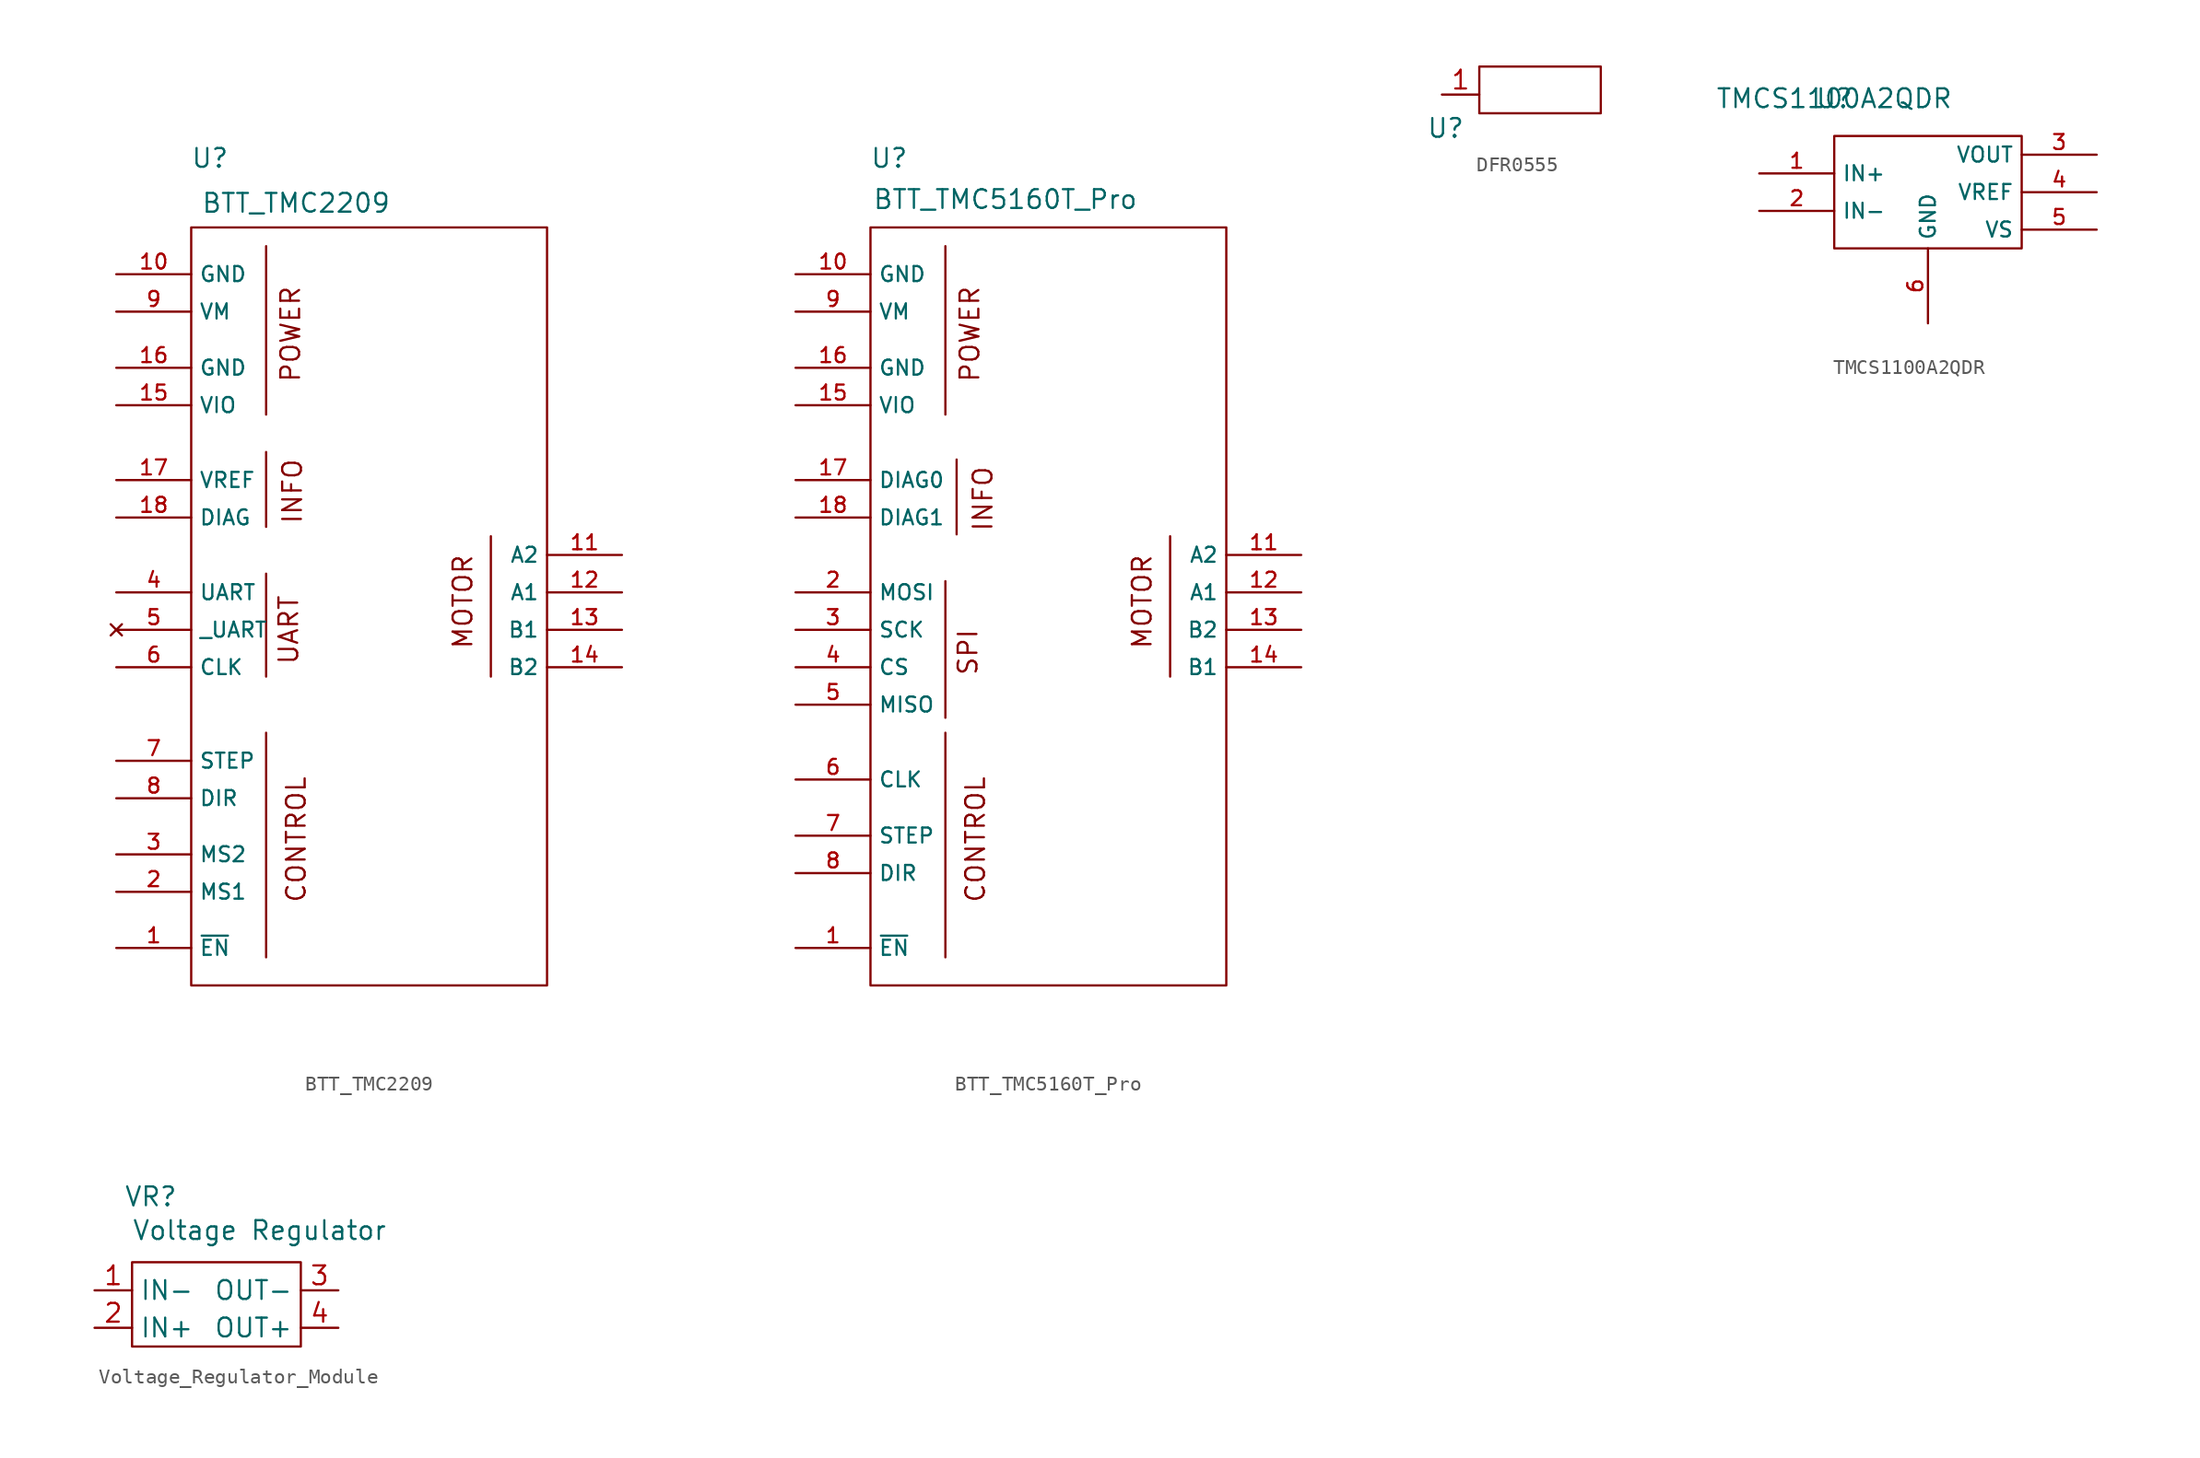
<source format=kicad_sym>
(kicad_symbol_lib
  (version 20241209)
  (generator "kicad_symbol_editor")
  (generator_version "9.0")
  (symbol "BTT_TMC2209"
    (property "Reference" "U"
      (at 1.27 56.134 0)
      (effects (font (size 1.27 1.27))))
    (property "Value" "BTT_TMC2209"
      (at 7.112 53.086 0)
      (effects (font (size 1.27 1.27))))
    (symbol "BTT_TMC2209_0_1"
      (rectangle (start 0 51.435) (end 24.13 0) (stroke (width 0) (type default)) (fill (type none)))
      (polyline (pts (xy 5.08 50.165) (xy 5.08 38.735)) (stroke (width 0) (type default)) (fill (type none)))
      (polyline (pts (xy 5.08 36.195) (xy 5.08 31.115)) (stroke (width 0) (type default)) (fill (type none)))
      (polyline (pts (xy 5.08 27.94) (xy 5.08 20.955)) (stroke (width 0) (type default)) (fill (type none)))
      (polyline (pts (xy 5.08 17.145) (xy 5.08 1.905)) (stroke (width 0) (type default)) (fill (type none)))
      (polyline (pts (xy 20.32 30.48) (xy 20.32 20.955)) (stroke (width 0) (type default)) (fill (type none))))
    (symbol "BTT_TMC2209_1_0"
      (pin power_in line (at -5.08 48.26 0) (length 5.08) (name "GND" (effects (font (size 1.016 1.016)))) (number "10" (effects (font (size 1.016 1.016)))))
      (pin power_in line (at -5.08 45.72 0) (length 5.08) (name "VM" (effects (font (size 1.016 1.016)))) (number "9" (effects (font (size 1.016 1.016)))))
      (pin power_in line (at -5.08 41.91 0) (length 5.08) (name "GND" (effects (font (size 1.016 1.016)))) (number "16" (effects (font (size 1.016 1.016)))))
      (pin power_in line (at -5.08 39.37 0) (length 5.08) (name "VIO" (effects (font (size 1.016 1.016)))) (number "15" (effects (font (size 1.016 1.016)))))
      (pin output line (at -5.08 34.29 0) (length 5.08) (name "VREF" (effects (font (size 1.016 1.016)))) (number "17" (effects (font (size 1.016 1.016)))))
      (pin output line (at -5.08 31.75 0) (length 5.08) (name "DIAG" (effects (font (size 1.016 1.016)))) (number "18" (effects (font (size 1.016 1.016)))))
      (pin bidirectional line (at -5.08 26.67 0) (length 5.08) (name "UART" (effects (font (size 1.016 1.016)))) (number "4" (effects (font (size 1.016 1.016)))))
      (pin no_connect line (at -5.08 24.13 0) (length 5.08) (name "_UART" (effects (font (size 1.016 1.016)))) (number "5" (effects (font (size 1.016 1.016)))))
      (pin input line (at -5.08 21.59 0) (length 5.08) (name "CLK" (effects (font (size 1.016 1.016)))) (number "6" (effects (font (size 1.016 1.016)))))
      (pin input line (at -5.08 15.24 0) (length 5.08) (name "STEP" (effects (font (size 1.016 1.016)))) (number "7" (effects (font (size 1.016 1.016)))))
      (pin input line (at -5.08 12.7 0) (length 5.08) (name "DIR" (effects (font (size 1.016 1.016)))) (number "8" (effects (font (size 1.016 1.016)))))
      (pin input line (at -5.08 8.89 0) (length 5.08) (name "MS2" (effects (font (size 1.016 1.016)))) (number "3" (effects (font (size 1.016 1.016)))))
      (pin input line (at -5.08 6.35 0) (length 5.08) (name "MS1" (effects (font (size 1.016 1.016)))) (number "2" (effects (font (size 1.016 1.016)))))
      (pin input line (at -5.08 2.54 0) (length 5.08) (name "~{EN}" (effects (font (size 1.016 1.016)))) (number "1" (effects (font (size 1.016 1.016)))))
      (pin output line (at 29.21 29.21 180) (length 5.08) (name "A2" (effects (font (size 1.016 1.016)))) (number "11" (effects (font (size 1.016 1.016)))))
      (pin output line (at 29.21 26.67 180) (length 5.08) (name "A1" (effects (font (size 1.016 1.016)))) (number "12" (effects (font (size 1.016 1.016)))))
      (pin output line (at 29.21 24.13 180) (length 5.08) (name "B1" (effects (font (size 1.016 1.016)))) (number "13" (effects (font (size 1.016 1.016)))))
      (pin output line (at 29.21 21.59 180) (length 5.08) (name "B2" (effects (font (size 1.016 1.016)))) (number "14" (effects (font (size 1.016 1.016))))))
    (symbol "BTT_TMC2209_1_1"
      (text "UART" (at 6.604 24.13 900) (effects (font (size 1.27 1.27))))
      (text "POWER" (at 6.731 44.196 900) (effects (font (size 1.27 1.27))))
      (text "INFO" (at 6.858 33.528 900) (effects (font (size 1.27 1.27))))
      (text "CONTROL" (at 7.112 9.906 900) (effects (font (size 1.27 1.27))))
      (text "MOTOR" (at 18.415 26.035 900) (effects (font (size 1.27 1.27))))))
  (symbol "BTT_TMC5160T_Pro"
    (property "Reference" "U"
      (at 1.27 56.134 0)
      (effects (font (size 1.27 1.27))))
    (property "Value" "BTT_TMC5160T_Pro"
      (at 9.144 53.34 0)
      (effects (font (size 1.27 1.27))))
    (symbol "BTT_TMC5160T_Pro_0_1"
      (rectangle (start 0 51.435) (end 24.13 0) (stroke (width 0) (type default)) (fill (type none)))
      (polyline (pts (xy 5.08 50.165) (xy 5.08 38.735)) (stroke (width 0) (type default)) (fill (type none)))
      (polyline (pts (xy 5.08 27.432) (xy 5.08 18.161)) (stroke (width 0) (type default)) (fill (type none)))
      (polyline (pts (xy 5.08 17.145) (xy 5.08 1.905)) (stroke (width 0) (type default)) (fill (type none)))
      (polyline (pts (xy 5.842 35.687) (xy 5.842 30.607)) (stroke (width 0) (type default)) (fill (type none)))
      (polyline (pts (xy 20.32 30.48) (xy 20.32 20.955)) (stroke (width 0) (type default)) (fill (type none))))
    (symbol "BTT_TMC5160T_Pro_1_0"
      (pin power_in line (at -5.08 48.26 0) (length 5.08) (name "GND" (effects (font (size 1.016 1.016)))) (number "10" (effects (font (size 1.016 1.016)))))
      (pin power_in line (at -5.08 45.72 0) (length 5.08) (name "VM" (effects (font (size 1.016 1.016)))) (number "9" (effects (font (size 1.016 1.016)))))
      (pin power_in line (at -5.08 41.91 0) (length 5.08) (name "GND" (effects (font (size 1.016 1.016)))) (number "16" (effects (font (size 1.016 1.016)))))
      (pin power_in line (at -5.08 39.37 0) (length 5.08) (name "VIO" (effects (font (size 1.016 1.016)))) (number "15" (effects (font (size 1.016 1.016)))))
      (pin output line (at -5.08 34.29 0) (length 5.08) (name "DIAG0" (effects (font (size 1.016 1.016)))) (number "17" (effects (font (size 1.016 1.016)))))
      (pin output line (at -5.08 31.75 0) (length 5.08) (name "DIAG1" (effects (font (size 1.016 1.016)))) (number "18" (effects (font (size 1.016 1.016)))))
      (pin bidirectional line (at -5.08 26.67 0) (length 5.08) (name "MOSI" (effects (font (size 1.016 1.016)))) (number "2" (effects (font (size 1.016 1.016)))))
      (pin bidirectional line (at -5.08 24.13 0) (length 5.08) (name "SCK" (effects (font (size 1.016 1.016)))) (number "3" (effects (font (size 1.016 1.016)))))
      (pin input line (at -5.08 21.59 0) (length 5.08) (name "CS" (effects (font (size 1.016 1.016)))) (number "4" (effects (font (size 1.016 1.016)))))
      (pin bidirectional line (at -5.08 19.05 0) (length 5.08) (name "MISO" (effects (font (size 1.016 1.016)))) (number "5" (effects (font (size 1.016 1.016)))))
      (pin input line (at -5.08 13.97 0) (length 5.08) (name "CLK" (effects (font (size 1.016 1.016)))) (number "6" (effects (font (size 1.016 1.016)))))
      (pin input line (at -5.08 10.16 0) (length 5.08) (name "STEP" (effects (font (size 1.016 1.016)))) (number "7" (effects (font (size 1.016 1.016)))))
      (pin input line (at -5.08 7.62 0) (length 5.08) (name "DIR" (effects (font (size 1.016 1.016)))) (number "8" (effects (font (size 1.016 1.016)))))
      (pin input line (at -5.08 2.54 0) (length 5.08) (name "~{EN}" (effects (font (size 1.016 1.016)))) (number "1" (effects (font (size 1.016 1.016)))))
      (pin output line (at 29.21 29.21 180) (length 5.08) (name "A2" (effects (font (size 1.016 1.016)))) (number "11" (effects (font (size 1.016 1.016)))))
      (pin output line (at 29.21 26.67 180) (length 5.08) (name "A1" (effects (font (size 1.016 1.016)))) (number "12" (effects (font (size 1.016 1.016)))))
      (pin output line (at 29.21 24.13 180) (length 5.08) (name "B2" (effects (font (size 1.016 1.016)))) (number "13" (effects (font (size 1.016 1.016)))))
      (pin output line (at 29.21 21.59 180) (length 5.08) (name "B1" (effects (font (size 1.016 1.016)))) (number "14" (effects (font (size 1.016 1.016))))))
    (symbol "BTT_TMC5160T_Pro_1_1"
      (text "SPI\n" (at 6.604 22.606 900) (effects (font (size 1.27 1.27))))
      (text "POWER" (at 6.731 44.196 900) (effects (font (size 1.27 1.27))))
      (text "CONTROL" (at 7.112 9.906 900) (effects (font (size 1.27 1.27))))
      (text "INFO" (at 7.62 33.02 900) (effects (font (size 1.27 1.27))))
      (text "MOTOR" (at 18.415 26.035 900) (effects (font (size 1.27 1.27))))))
  (symbol "DFR0555"
    (property "Reference" "U"
      (at -2.286 -1.016 0)
      (effects (font (size 1.27 1.27))))
    (property "Value" ""
      (at -2.286 -1.016 0)
      (effects (font (size 1.27 1.27))))
    (symbol "DFR0555_0_1"
      (rectangle (start 0 0) (end 8.255 3.175) (stroke (width 0) (type default)) (fill (type none))))
    (symbol "DFR0555_1_1"
      (pin passive line (at -2.54 1.27 0) (length 2.54) (name "" (effects (font (size 1.27 1.27)))) (number "1" (effects (font (size 1.27 1.27)))))))
  (symbol "TMCS1100A2QDR"
    (property "Reference" "U"
      (at 0 0 0)
      (effects (font (size 1.27 1.27))))
    (property "Value" "TMCS1100A2QDR"
      (at 0 0 0)
      (effects (font (size 1.27 1.27))))
    (symbol "TMCS1100A2QDR_0_1"
      (rectangle (start 0 -2.54) (end 12.7 -10.16) (stroke (width 0) (type default)) (fill (type none))))
    (symbol "TMCS1100A2QDR_1_0"
      (pin power_in line (at -5.08 -5.08 0) (length 5.08) (name "IN+" (effects (font (size 1.016 1.016)))) (number "1" (effects (font (size 1.016 1.016)))))
      (pin power_out line (at -5.08 -7.62 0) (length 5.08) (name "IN-" (effects (font (size 1.016 1.016)))) (number "2" (effects (font (size 1.016 1.016)))))
      (pin passive line (at 6.35 -15.24 90) (length 5.08) (name "GND" (effects (font (size 1.016 1.016)))) (number "6" (effects (font (size 1.016 1.016)))))
      (pin output line (at 17.78 -3.81 180) (length 5.08) (name "VOUT" (effects (font (size 1.016 1.016)))) (number "3" (effects (font (size 1.016 1.016)))))
      (pin input line (at 17.78 -6.35 180) (length 5.08) (name "VREF" (effects (font (size 1.016 1.016)))) (number "4" (effects (font (size 1.016 1.016)))))
      (pin power_in line (at 17.78 -8.89 180) (length 5.08) (name "VS" (effects (font (size 1.016 1.016)))) (number "5" (effects (font (size 1.016 1.016)))))))
  (symbol "Voltage_Regulator_Module"
    (property "Reference" "VR"
      (at 1.27 10.16 0)
      (effects (font (size 1.27 1.27))))
    (property "Value" "Voltage Regulator"
      (at 8.636 7.874 0)
      (effects (font (size 1.27 1.27))))
    (symbol "Voltage_Regulator_Module_0_1"
      (rectangle (start 0 5.715) (end 11.43 0) (stroke (width 0) (type default)) (fill (type none))))
    (symbol "Voltage_Regulator_Module_1_1"
      (pin power_in line (at -2.54 3.81 0) (length 2.54) (name "IN-" (effects (font (size 1.27 1.27)))) (number "1" (effects (font (size 1.27 1.27)))))
      (pin power_in line (at -2.54 1.27 0) (length 2.54) (name "IN+" (effects (font (size 1.27 1.27)))) (number "2" (effects (font (size 1.27 1.27)))))
      (pin power_in line (at 13.97 3.81 180) (length 2.54) (name "OUT-" (effects (font (size 1.27 1.27)))) (number "3" (effects (font (size 1.27 1.27)))))
      (pin power_out line (at 13.97 1.27 180) (length 2.54) (name "OUT+" (effects (font (size 1.27 1.27)))) (number "4" (effects (font (size 1.27 1.27))))))))
</source>
